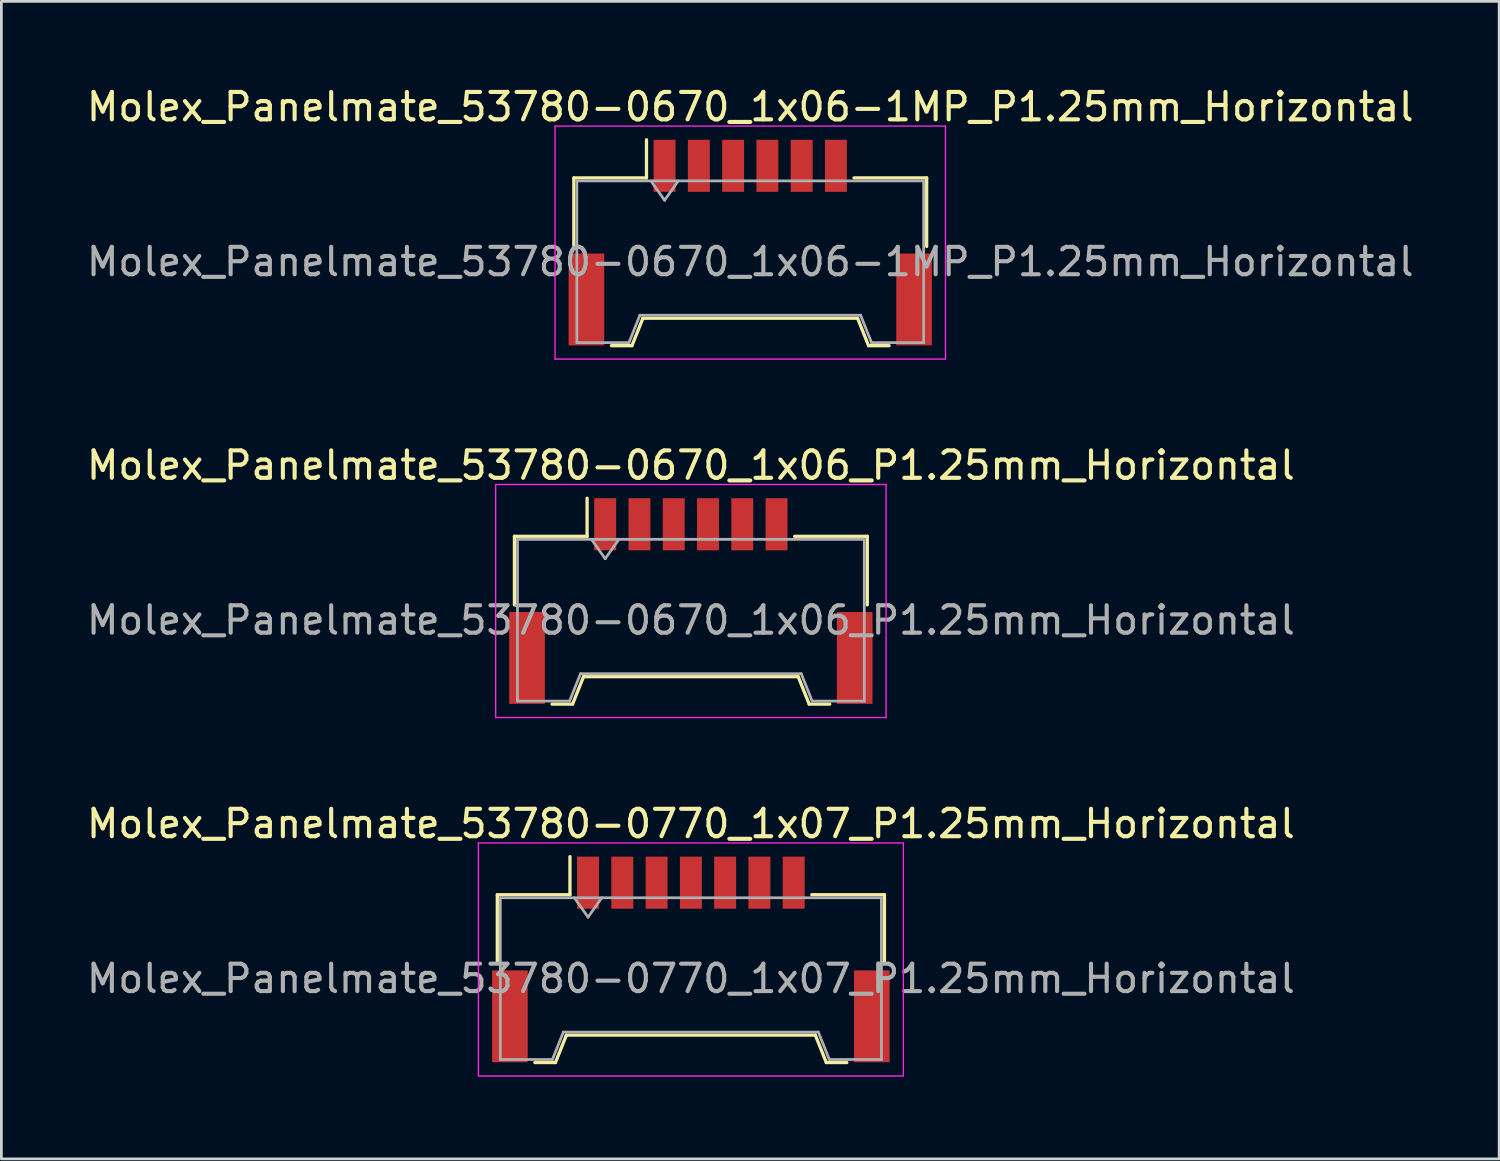
<source format=kicad_pcb>
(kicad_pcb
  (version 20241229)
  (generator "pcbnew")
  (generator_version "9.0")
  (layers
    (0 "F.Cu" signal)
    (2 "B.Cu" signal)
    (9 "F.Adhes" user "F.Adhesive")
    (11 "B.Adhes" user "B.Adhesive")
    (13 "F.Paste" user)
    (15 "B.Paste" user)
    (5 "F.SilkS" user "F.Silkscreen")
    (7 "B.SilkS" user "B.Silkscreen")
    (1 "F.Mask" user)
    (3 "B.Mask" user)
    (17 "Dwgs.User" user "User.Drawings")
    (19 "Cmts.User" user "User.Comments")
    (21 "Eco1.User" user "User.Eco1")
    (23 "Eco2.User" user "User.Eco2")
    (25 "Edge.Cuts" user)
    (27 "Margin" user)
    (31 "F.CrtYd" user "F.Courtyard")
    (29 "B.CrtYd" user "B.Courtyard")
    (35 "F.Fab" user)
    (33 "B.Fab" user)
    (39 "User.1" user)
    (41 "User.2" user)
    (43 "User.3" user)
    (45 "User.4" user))
  (footprint "Molex_Panelmate_53780-0670_1x06_P1.25mm_Horizontal"
    (layer "F.Cu")
    (at 22.149 18.872)
    (property "Reference" "Molex_Panelmate_53780-0670_1x06_P1.25mm_Horizontal" (at 0 -4.95 0) (layer "F.SilkS") (effects (font (size 1 1) (thickness 0.15))))
    (attr smd)
    (fp_line (start -6.435 -2.36) (end -3.785 -2.36) (stroke (width 0.12) (type solid)) (layer "F.SilkS"))
    (fp_line (start -6.435 0.14) (end -6.435 -2.36) (stroke (width 0.12) (type solid)) (layer "F.SilkS"))
    (fp_line (start -5.065 3.76) (end -4.315 3.76) (stroke (width 0.12) (type solid)) (layer "F.SilkS"))
    (fp_line (start -4.315 3.76) (end -3.915 2.76) (stroke (width 0.12) (type solid)) (layer "F.SilkS"))
    (fp_line (start -3.915 2.76) (end 3.915 2.76) (stroke (width 0.12) (type solid)) (layer "F.SilkS"))
    (fp_line (start -3.785 -2.36) (end -3.785 -3.75) (stroke (width 0.12) (type solid)) (layer "F.SilkS"))
    (fp_line (start 3.915 2.76) (end 4.315 3.76) (stroke (width 0.12) (type solid)) (layer "F.SilkS"))
    (fp_line (start 4.315 3.76) (end 5.065 3.76) (stroke (width 0.12) (type solid)) (layer "F.SilkS"))
    (fp_line (start 6.435 -2.36) (end 3.785 -2.36) (stroke (width 0.12) (type solid)) (layer "F.SilkS"))
    (fp_line (start 6.435 0.14) (end 6.435 -2.36) (stroke (width 0.12) (type solid)) (layer "F.SilkS"))
    (fp_line (start -7.12 -4.25) (end -7.12 4.25) (stroke (width 0.05) (type solid)) (layer "F.CrtYd"))
    (fp_line (start -7.12 4.25) (end 7.12 4.25) (stroke (width 0.05) (type solid)) (layer "F.CrtYd"))
    (fp_line (start 7.12 -4.25) (end -7.12 -4.25) (stroke (width 0.05) (type solid)) (layer "F.CrtYd"))
    (fp_line (start 7.12 4.25) (end 7.12 -4.25) (stroke (width 0.05) (type solid)) (layer "F.CrtYd"))
    (fp_line (start -6.325 -2.25) (end -6.325 3.65) (stroke (width 0.1) (type solid)) (layer "F.Fab"))
    (fp_line (start -6.325 -2.25) (end 6.325 -2.25) (stroke (width 0.1) (type solid)) (layer "F.Fab"))
    (fp_line (start -6.325 3.65) (end -4.425 3.65) (stroke (width 0.1) (type solid)) (layer "F.Fab"))
    (fp_line (start -4.425 3.65) (end -4.025 2.65) (stroke (width 0.1) (type solid)) (layer "F.Fab"))
    (fp_line (start -4.025 2.65) (end 4.025 2.65) (stroke (width 0.1) (type solid)) (layer "F.Fab"))
    (fp_line (start -3.625 -2.25) (end -3.125 -1.543) (stroke (width 0.1) (type solid)) (layer "F.Fab"))
    (fp_line (start -3.125 -1.543) (end -2.625 -2.25) (stroke (width 0.1) (type solid)) (layer "F.Fab"))
    (fp_line (start 4.025 2.65) (end 4.425 3.65) (stroke (width 0.1) (type solid)) (layer "F.Fab"))
    (fp_line (start 4.425 3.65) (end 6.325 3.65) (stroke (width 0.1) (type solid)) (layer "F.Fab"))
    (fp_line (start 6.325 -2.25) (end 6.325 3.65) (stroke (width 0.1) (type solid)) (layer "F.Fab"))
    (fp_text user "${REFERENCE}" (at 0 0.7 0) (layer "F.Fab") (effects (font (size 1 1) (thickness 0.15))))
    (pad "" smd rect (at -5.975 2.075) (size 1.3 3.35) (layers "F.Cu" "F.Mask" "F.Paste"))
    (pad "" smd rect (at 5.975 2.075) (size 1.3 3.35) (layers "F.Cu" "F.Mask" "F.Paste"))
    (pad "1" smd rect (at -3.125 -2.8) (size 0.8 1.9) (layers "F.Cu" "F.Mask" "F.Paste"))
    (pad "2" smd rect (at -1.875 -2.8) (size 0.8 1.9) (layers "F.Cu" "F.Mask" "F.Paste"))
    (pad "3" smd rect (at -0.625 -2.8) (size 0.8 1.9) (layers "F.Cu" "F.Mask" "F.Paste"))
    (pad "4" smd rect (at 0.625 -2.8) (size 0.8 1.9) (layers "F.Cu" "F.Mask" "F.Paste"))
    (pad "5" smd rect (at 1.875 -2.8) (size 0.8 1.9) (layers "F.Cu" "F.Mask" "F.Paste"))
    (pad "6" smd rect (at 3.125 -2.8) (size 0.8 1.9) (layers "F.Cu" "F.Mask" "F.Paste")))
  (footprint "Molex_Panelmate_53780-0770_1x07_P1.25mm_Horizontal"
    (layer "F.Cu")
    (at 22.149 31.945)
    (property "Reference" "Molex_Panelmate_53780-0770_1x07_P1.25mm_Horizontal" (at 0 -4.95 0) (layer "F.SilkS") (effects (font (size 1 1) (thickness 0.15))))
    (attr smd)
    (fp_line (start -7.06 -2.36) (end -4.41 -2.36) (stroke (width 0.12) (type solid)) (layer "F.SilkS"))
    (fp_line (start -7.06 0.14) (end -7.06 -2.36) (stroke (width 0.12) (type solid)) (layer "F.SilkS"))
    (fp_line (start -5.69 3.76) (end -4.94 3.76) (stroke (width 0.12) (type solid)) (layer "F.SilkS"))
    (fp_line (start -4.94 3.76) (end -4.54 2.76) (stroke (width 0.12) (type solid)) (layer "F.SilkS"))
    (fp_line (start -4.54 2.76) (end 4.54 2.76) (stroke (width 0.12) (type solid)) (layer "F.SilkS"))
    (fp_line (start -4.41 -2.36) (end -4.41 -3.75) (stroke (width 0.12) (type solid)) (layer "F.SilkS"))
    (fp_line (start 4.54 2.76) (end 4.94 3.76) (stroke (width 0.12) (type solid)) (layer "F.SilkS"))
    (fp_line (start 4.94 3.76) (end 5.69 3.76) (stroke (width 0.12) (type solid)) (layer "F.SilkS"))
    (fp_line (start 7.06 -2.36) (end 4.41 -2.36) (stroke (width 0.12) (type solid)) (layer "F.SilkS"))
    (fp_line (start 7.06 0.14) (end 7.06 -2.36) (stroke (width 0.12) (type solid)) (layer "F.SilkS"))
    (fp_line (start -7.75 -4.25) (end -7.75 4.25) (stroke (width 0.05) (type solid)) (layer "F.CrtYd"))
    (fp_line (start -7.75 4.25) (end 7.75 4.25) (stroke (width 0.05) (type solid)) (layer "F.CrtYd"))
    (fp_line (start 7.75 -4.25) (end -7.75 -4.25) (stroke (width 0.05) (type solid)) (layer "F.CrtYd"))
    (fp_line (start 7.75 4.25) (end 7.75 -4.25) (stroke (width 0.05) (type solid)) (layer "F.CrtYd"))
    (fp_line (start -6.95 -2.25) (end -6.95 3.65) (stroke (width 0.1) (type solid)) (layer "F.Fab"))
    (fp_line (start -6.95 -2.25) (end 6.95 -2.25) (stroke (width 0.1) (type solid)) (layer "F.Fab"))
    (fp_line (start -6.95 3.65) (end -5.05 3.65) (stroke (width 0.1) (type solid)) (layer "F.Fab"))
    (fp_line (start -5.05 3.65) (end -4.65 2.65) (stroke (width 0.1) (type solid)) (layer "F.Fab"))
    (fp_line (start -4.65 2.65) (end 4.65 2.65) (stroke (width 0.1) (type solid)) (layer "F.Fab"))
    (fp_line (start -4.25 -2.25) (end -3.75 -1.543) (stroke (width 0.1) (type solid)) (layer "F.Fab"))
    (fp_line (start -3.75 -1.543) (end -3.25 -2.25) (stroke (width 0.1) (type solid)) (layer "F.Fab"))
    (fp_line (start 4.65 2.65) (end 5.05 3.65) (stroke (width 0.1) (type solid)) (layer "F.Fab"))
    (fp_line (start 5.05 3.65) (end 6.95 3.65) (stroke (width 0.1) (type solid)) (layer "F.Fab"))
    (fp_line (start 6.95 -2.25) (end 6.95 3.65) (stroke (width 0.1) (type solid)) (layer "F.Fab"))
    (fp_text user "${REFERENCE}" (at 0 0.7 0) (layer "F.Fab") (effects (font (size 1 1) (thickness 0.15))))
    (pad "" smd rect (at -6.6 2.075) (size 1.3 3.35) (layers "F.Cu" "F.Mask" "F.Paste"))
    (pad "" smd rect (at 6.6 2.075) (size 1.3 3.35) (layers "F.Cu" "F.Mask" "F.Paste"))
    (pad "1" smd rect (at -3.75 -2.8) (size 0.8 1.9) (layers "F.Cu" "F.Mask" "F.Paste"))
    (pad "2" smd rect (at -2.5 -2.8) (size 0.8 1.9) (layers "F.Cu" "F.Mask" "F.Paste"))
    (pad "3" smd rect (at -1.25 -2.8) (size 0.8 1.9) (layers "F.Cu" "F.Mask" "F.Paste"))
    (pad "4" smd rect (at 0 -2.8) (size 0.8 1.9) (layers "F.Cu" "F.Mask" "F.Paste"))
    (pad "5" smd rect (at 1.25 -2.8) (size 0.8 1.9) (layers "F.Cu" "F.Mask" "F.Paste"))
    (pad "6" smd rect (at 2.5 -2.8) (size 0.8 1.9) (layers "F.Cu" "F.Mask" "F.Paste"))
    (pad "7" smd rect (at 3.75 -2.8) (size 0.8 1.9) (layers "F.Cu" "F.Mask" "F.Paste")))
  (footprint "Molex_Panelmate_53780-0670_1x06-1MP_P1.25mm_Horizontal"
    (layer "F.Cu")
    (at 24.315 5.798)
    (property "Reference" "Molex_Panelmate_53780-0670_1x06-1MP_P1.25mm_Horizontal" (at 0 -4.95 0) (layer "F.SilkS") (effects (font (size 1 1) (thickness 0.15))))
    (attr smd)
    (fp_line (start -6.435 -2.36) (end -3.785 -2.36) (stroke (width 0.12) (type solid)) (layer "F.SilkS"))
    (fp_line (start -6.435 0.14) (end -6.435 -2.36) (stroke (width 0.12) (type solid)) (layer "F.SilkS"))
    (fp_line (start -5.065 3.76) (end -4.315 3.76) (stroke (width 0.12) (type solid)) (layer "F.SilkS"))
    (fp_line (start -4.315 3.76) (end -3.915 2.76) (stroke (width 0.12) (type solid)) (layer "F.SilkS"))
    (fp_line (start -3.915 2.76) (end 3.915 2.76) (stroke (width 0.12) (type solid)) (layer "F.SilkS"))
    (fp_line (start -3.785 -2.36) (end -3.785 -3.75) (stroke (width 0.12) (type solid)) (layer "F.SilkS"))
    (fp_line (start 3.915 2.76) (end 4.315 3.76) (stroke (width 0.12) (type solid)) (layer "F.SilkS"))
    (fp_line (start 4.315 3.76) (end 5.065 3.76) (stroke (width 0.12) (type solid)) (layer "F.SilkS"))
    (fp_line (start 6.435 -2.36) (end 3.785 -2.36) (stroke (width 0.12) (type solid)) (layer "F.SilkS"))
    (fp_line (start 6.435 0.14) (end 6.435 -2.36) (stroke (width 0.12) (type solid)) (layer "F.SilkS"))
    (fp_line (start -7.12 -4.25) (end -7.12 4.25) (stroke (width 0.05) (type solid)) (layer "F.CrtYd"))
    (fp_line (start -7.12 4.25) (end 7.12 4.25) (stroke (width 0.05) (type solid)) (layer "F.CrtYd"))
    (fp_line (start 7.12 -4.25) (end -7.12 -4.25) (stroke (width 0.05) (type solid)) (layer "F.CrtYd"))
    (fp_line (start 7.12 4.25) (end 7.12 -4.25) (stroke (width 0.05) (type solid)) (layer "F.CrtYd"))
    (fp_line (start -6.325 -2.25) (end -6.325 3.65) (stroke (width 0.1) (type solid)) (layer "F.Fab"))
    (fp_line (start -6.325 -2.25) (end 6.325 -2.25) (stroke (width 0.1) (type solid)) (layer "F.Fab"))
    (fp_line (start -6.325 3.65) (end -4.425 3.65) (stroke (width 0.1) (type solid)) (layer "F.Fab"))
    (fp_line (start -4.425 3.65) (end -4.025 2.65) (stroke (width 0.1) (type solid)) (layer "F.Fab"))
    (fp_line (start -4.025 2.65) (end 4.025 2.65) (stroke (width 0.1) (type solid)) (layer "F.Fab"))
    (fp_line (start -3.625 -2.25) (end -3.125 -1.543) (stroke (width 0.1) (type solid)) (layer "F.Fab"))
    (fp_line (start -3.125 -1.543) (end -2.625 -2.25) (stroke (width 0.1) (type solid)) (layer "F.Fab"))
    (fp_line (start 4.025 2.65) (end 4.425 3.65) (stroke (width 0.1) (type solid)) (layer "F.Fab"))
    (fp_line (start 4.425 3.65) (end 6.325 3.65) (stroke (width 0.1) (type solid)) (layer "F.Fab"))
    (fp_line (start 6.325 -2.25) (end 6.325 3.65) (stroke (width 0.1) (type solid)) (layer "F.Fab"))
    (fp_text user "${REFERENCE}" (at 0 0.7 0) (layer "F.Fab") (effects (font (size 1 1) (thickness 0.15))))
    (pad "1" smd rect (at -3.125 -2.8) (size 0.8 1.9) (layers "F.Cu" "F.Mask" "F.Paste"))
    (pad "2" smd rect (at -1.875 -2.8) (size 0.8 1.9) (layers "F.Cu" "F.Mask" "F.Paste"))
    (pad "3" smd rect (at -0.625 -2.8) (size 0.8 1.9) (layers "F.Cu" "F.Mask" "F.Paste"))
    (pad "4" smd rect (at 0.625 -2.8) (size 0.8 1.9) (layers "F.Cu" "F.Mask" "F.Paste"))
    (pad "5" smd rect (at 1.875 -2.8) (size 0.8 1.9) (layers "F.Cu" "F.Mask" "F.Paste"))
    (pad "6" smd rect (at 3.125 -2.8) (size 0.8 1.9) (layers "F.Cu" "F.Mask" "F.Paste"))
    (pad "MP" smd rect (at -5.975 2.075) (size 1.3 3.35) (layers "F.Cu" "F.Mask" "F.Paste"))
    (pad "MP" smd rect (at 5.975 2.075) (size 1.3 3.35) (layers "F.Cu" "F.Mask" "F.Paste")))
  (gr_rect
    (start -3 -3)
    (end 51.631 39.22)
    (stroke (width 0.1) (type default))
    (fill no)
    (layer "Edge.Cuts")))
</source>
